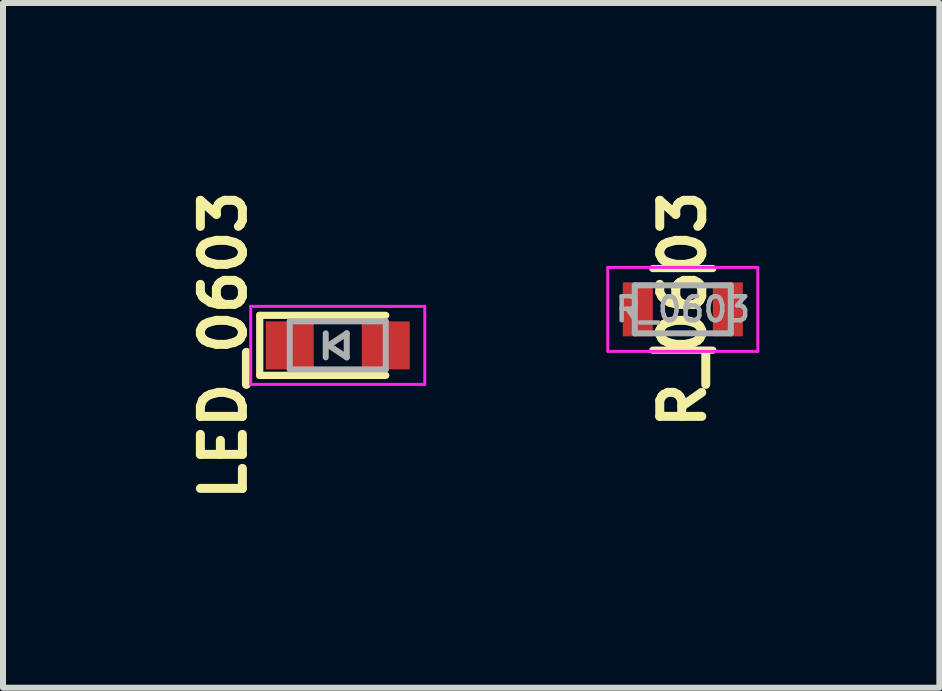
<source format=kicad_pcb>
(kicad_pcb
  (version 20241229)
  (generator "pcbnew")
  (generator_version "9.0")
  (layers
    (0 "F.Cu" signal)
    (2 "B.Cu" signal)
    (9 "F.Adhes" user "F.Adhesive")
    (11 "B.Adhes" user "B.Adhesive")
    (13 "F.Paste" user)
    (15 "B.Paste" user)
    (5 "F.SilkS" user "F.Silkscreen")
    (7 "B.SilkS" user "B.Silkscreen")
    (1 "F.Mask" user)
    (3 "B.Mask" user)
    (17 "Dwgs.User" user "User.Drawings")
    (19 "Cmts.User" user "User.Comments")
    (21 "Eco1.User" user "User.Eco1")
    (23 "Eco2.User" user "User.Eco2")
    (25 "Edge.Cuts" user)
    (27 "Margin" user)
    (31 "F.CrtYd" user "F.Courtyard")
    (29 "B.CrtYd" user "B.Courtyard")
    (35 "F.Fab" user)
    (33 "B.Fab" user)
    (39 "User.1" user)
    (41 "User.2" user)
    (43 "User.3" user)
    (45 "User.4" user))
  (footprint "LED_0603"
    (layer "F.Cu")
    (at 2.578 2.705)
    (property "Reference" "LED_0603" (at -1.905 0 90) (layer "F.SilkS") (effects (font (size 0.7 0.7) (thickness 0.15))))
    (attr smd)
    (fp_line (start -1.3 -0.5) (end -1.3 0.5) (stroke (width 0.12) (type solid)) (layer "F.SilkS"))
    (fp_line (start -1.3 -0.5) (end 0.8 -0.5) (stroke (width 0.12) (type solid)) (layer "F.SilkS"))
    (fp_line (start -1.3 0.5) (end 0.8 0.5) (stroke (width 0.12) (type solid)) (layer "F.SilkS"))
    (fp_line (start -1.45 -0.65) (end 1.45 -0.65) (stroke (width 0.05) (type solid)) (layer "F.CrtYd"))
    (fp_line (start -1.45 0.65) (end -1.45 -0.65) (stroke (width 0.05) (type solid)) (layer "F.CrtYd"))
    (fp_line (start 1.45 -0.65) (end 1.45 0.65) (stroke (width 0.05) (type solid)) (layer "F.CrtYd"))
    (fp_line (start 1.45 0.65) (end -1.45 0.65) (stroke (width 0.05) (type solid)) (layer "F.CrtYd"))
    (fp_line (start -0.8 -0.4) (end 0.8 -0.4) (stroke (width 0.1) (type solid)) (layer "F.Fab"))
    (fp_line (start -0.8 0.4) (end -0.8 -0.4) (stroke (width 0.1) (type solid)) (layer "F.Fab"))
    (fp_line (start -0.2 -0.2) (end -0.2 0.2) (stroke (width 0.1) (type solid)) (layer "F.Fab"))
    (fp_line (start -0.15 0) (end 0.15 -0.2) (stroke (width 0.1) (type solid)) (layer "F.Fab"))
    (fp_line (start 0.15 -0.2) (end 0.15 0.2) (stroke (width 0.1) (type solid)) (layer "F.Fab"))
    (fp_line (start 0.15 0.2) (end -0.15 0) (stroke (width 0.1) (type solid)) (layer "F.Fab"))
    (fp_line (start 0.8 -0.4) (end 0.8 0.4) (stroke (width 0.1) (type solid)) (layer "F.Fab"))
    (fp_line (start 0.8 0.4) (end -0.8 0.4) (stroke (width 0.1) (type solid)) (layer "F.Fab"))
    (pad "1" smd rect (at -0.8 0 180) (size 0.8 0.8) (layers "F.Cu" "F.Mask" "F.Paste"))
    (pad "2" smd rect (at 0.8 0 180) (size 0.8 0.8) (layers "F.Cu" "F.Mask" "F.Paste")))
  (footprint "R_0603"
    (layer "F.Cu")
    (at 8.328 2.105)
    (property "Reference" "R_0603" (at 0 0 90) (layer "F.SilkS") (effects (font (size 0.7 0.7) (thickness 0.15))))
    (attr smd)
    (fp_line (start -0.5 -0.68) (end 0.5 -0.68) (stroke (width 0.12) (type solid)) (layer "F.SilkS"))
    (fp_line (start 0.5 0.68) (end -0.5 0.68) (stroke (width 0.12) (type solid)) (layer "F.SilkS"))
    (fp_line (start -1.25 -0.7) (end -1.25 0.7) (stroke (width 0.05) (type solid)) (layer "F.CrtYd"))
    (fp_line (start -1.25 -0.7) (end 1.25 -0.7) (stroke (width 0.05) (type solid)) (layer "F.CrtYd"))
    (fp_line (start 1.25 0.7) (end -1.25 0.7) (stroke (width 0.05) (type solid)) (layer "F.CrtYd"))
    (fp_line (start 1.25 0.7) (end 1.25 -0.7) (stroke (width 0.05) (type solid)) (layer "F.CrtYd"))
    (fp_line (start -0.8 -0.4) (end 0.8 -0.4) (stroke (width 0.1) (type solid)) (layer "F.Fab"))
    (fp_line (start -0.8 0.4) (end -0.8 -0.4) (stroke (width 0.1) (type solid)) (layer "F.Fab"))
    (fp_line (start 0.8 -0.4) (end 0.8 0.4) (stroke (width 0.1) (type solid)) (layer "F.Fab"))
    (fp_line (start 0.8 0.4) (end -0.8 0.4) (stroke (width 0.1) (type solid)) (layer "F.Fab"))
    (fp_text user "${REFERENCE}" (at 0 0 0) (layer "F.Fab") (effects (font (size 0.4 0.4) (thickness 0.075))))
    (pad "1" smd rect (at -0.75 0) (size 0.5 0.9) (layers "F.Cu" "F.Mask" "F.Paste"))
    (pad "2" smd rect (at 0.75 0) (size 0.5 0.9) (layers "F.Cu" "F.Mask" "F.Paste")))
  (gr_rect
    (start -3 -3)
    (end 12.603 8.41)
    (stroke (width 0.1) (type default))
    (fill no)
    (layer "Edge.Cuts")))
</source>
